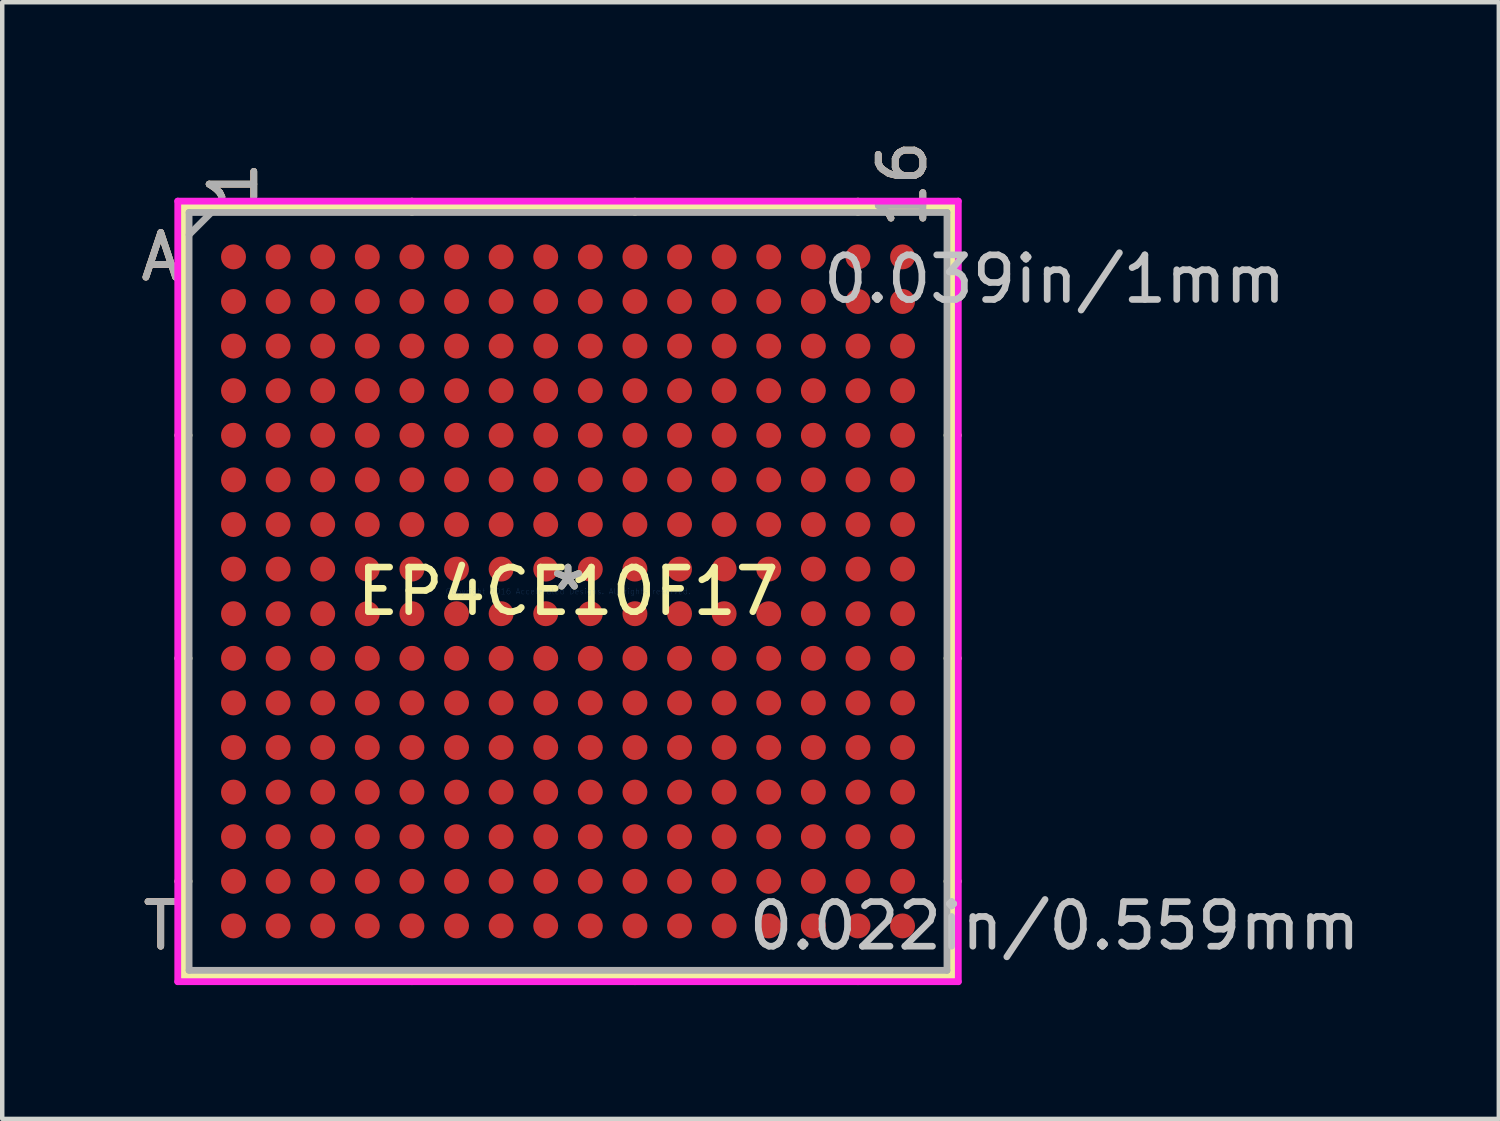
<source format=kicad_pcb>
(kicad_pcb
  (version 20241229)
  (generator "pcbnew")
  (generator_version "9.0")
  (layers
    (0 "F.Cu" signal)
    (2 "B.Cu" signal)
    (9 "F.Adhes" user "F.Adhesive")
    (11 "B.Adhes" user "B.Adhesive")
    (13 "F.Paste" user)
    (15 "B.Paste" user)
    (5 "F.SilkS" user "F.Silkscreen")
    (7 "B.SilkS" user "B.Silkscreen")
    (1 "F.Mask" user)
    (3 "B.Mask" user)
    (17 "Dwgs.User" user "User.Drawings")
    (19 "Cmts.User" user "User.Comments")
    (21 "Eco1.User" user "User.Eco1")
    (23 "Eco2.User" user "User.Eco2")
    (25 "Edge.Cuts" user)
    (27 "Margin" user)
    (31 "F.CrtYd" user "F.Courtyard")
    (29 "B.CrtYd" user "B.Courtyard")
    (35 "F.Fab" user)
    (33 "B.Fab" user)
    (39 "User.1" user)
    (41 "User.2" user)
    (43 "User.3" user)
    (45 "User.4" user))
  (footprint "EP4CE10F17"
    (layer "F.Cu")
    (at 9.685 10.209)
    (property "Reference" "EP4CE10F17" (at 0 0 0) (layer "F.SilkS") (effects (font (size 1 1) (thickness 0.15))))
    (attr through_hole)
    (fp_line (start -8.623 -8.623) (end -8.623 8.623) (stroke (width 0.152) (type solid)) (layer "F.SilkS"))
    (fp_line (start -8.623 8.623) (end 8.623 8.623) (stroke (width 0.152) (type solid)) (layer "F.SilkS"))
    (fp_line (start -8.496 -3.5) (end -8.75 -3.5) (stroke (width 0.152) (type solid)) (layer "F.SilkS"))
    (fp_line (start -8.496 1.5) (end -8.75 1.5) (stroke (width 0.152) (type solid)) (layer "F.SilkS"))
    (fp_line (start -8.496 6.5) (end -8.75 6.5) (stroke (width 0.152) (type solid)) (layer "F.SilkS"))
    (fp_line (start -3.5 -8.496) (end -3.5 -8.75) (stroke (width 0.152) (type solid)) (layer "F.SilkS"))
    (fp_line (start -3.5 8.496) (end -3.5 8.75) (stroke (width 0.152) (type solid)) (layer "F.SilkS"))
    (fp_line (start 1.5 -8.496) (end 1.5 -8.75) (stroke (width 0.152) (type solid)) (layer "F.SilkS"))
    (fp_line (start 1.5 8.496) (end 1.5 8.75) (stroke (width 0.152) (type solid)) (layer "F.SilkS"))
    (fp_line (start 6.5 -8.496) (end 6.5 -8.75) (stroke (width 0.152) (type solid)) (layer "F.SilkS"))
    (fp_line (start 6.5 8.496) (end 6.5 8.75) (stroke (width 0.152) (type solid)) (layer "F.SilkS"))
    (fp_line (start 8.496 -3.5) (end 8.75 -3.5) (stroke (width 0.152) (type solid)) (layer "F.SilkS"))
    (fp_line (start 8.496 1.5) (end 8.75 1.5) (stroke (width 0.152) (type solid)) (layer "F.SilkS"))
    (fp_line (start 8.496 6.5) (end 8.75 6.5) (stroke (width 0.152) (type solid)) (layer "F.SilkS"))
    (fp_line (start 8.623 -8.623) (end -8.623 -8.623) (stroke (width 0.152) (type solid)) (layer "F.SilkS"))
    (fp_line (start 8.623 8.623) (end 8.623 -8.623) (stroke (width 0.152) (type solid)) (layer "F.SilkS"))
    (fp_line (start -8.75 -8.75) (end 8.75 -8.75) (stroke (width 0.152) (type solid)) (layer "F.CrtYd"))
    (fp_line (start -8.75 8.75) (end -8.75 -8.75) (stroke (width 0.152) (type solid)) (layer "F.CrtYd"))
    (fp_line (start 8.75 -8.75) (end 8.75 8.75) (stroke (width 0.152) (type solid)) (layer "F.CrtYd"))
    (fp_line (start 8.75 8.75) (end -8.75 8.75) (stroke (width 0.152) (type solid)) (layer "F.CrtYd"))
    (fp_line (start -8.496 -8.496) (end -8.496 8.496) (stroke (width 0.152) (type solid)) (layer "F.Fab"))
    (fp_line (start -8.496 8.496) (end 8.496 8.496) (stroke (width 0.152) (type solid)) (layer "F.Fab"))
    (fp_line (start -7.996 -8.496) (end -8.496 -7.996) (stroke (width 0.152) (type solid)) (layer "F.Fab"))
    (fp_line (start 8.496 -8.496) (end -8.496 -8.496) (stroke (width 0.152) (type solid)) (layer "F.Fab"))
    (fp_line (start 8.496 8.496) (end 8.496 -8.496) (stroke (width 0.152) (type solid)) (layer "F.Fab"))
    (fp_text user "A" (at -9.131 -7.5 0) (layer "F.SilkS") (effects (font (size 1 1) (thickness 0.15))))
    (fp_text user "T" (at -9.131 7.5 0) (layer "F.SilkS") (effects (font (size 1 1) (thickness 0.15))))
    (fp_text user "16" (at 7.5 -9.131 90) (layer "F.SilkS") (effects (font (size 1 1) (thickness 0.15))))
    (fp_text user "*" (at 0 0 0) (layer "F.SilkS") (effects (font (size 1 1) (thickness 0.15))))
    (fp_text user "1" (at -7.5 -9.131 90) (layer "F.SilkS") (effects (font (size 1 1) (thickness 0.15))))
    (fp_text user "T" (at -9.131 7.5 0) (layer "B.SilkS") (effects (font (size 1 1) (thickness 0.15))))
    (fp_text user "1" (at -7.5 -9.131 90) (layer "B.SilkS") (effects (font (size 1 1) (thickness 0.15))))
    (fp_text user "16" (at 7.5 -9.131 90) (layer "B.SilkS") (effects (font (size 1 1) (thickness 0.15))))
    (fp_text user "A" (at -9.131 -7.5 0) (layer "B.SilkS") (effects (font (size 1 1) (thickness 0.15))))
    (fp_text user "0.022in/0.559mm" (at 10.909 7.5 0) (layer "Dwgs.User") (effects (font (size 1 1) (thickness 0.15))))
    (fp_text user "0.039in/1mm" (at 10.909 -7 0) (layer "Dwgs.User") (effects (font (size 1 1) (thickness 0.15))))
    (fp_text user "Copyright 2016 Accelerated Designs. All rights reserved." (at 0 0 0) (layer "Cmts.User") (effects (font (size 0.127 0.127) (thickness 0.002))))
    (fp_text user "16" (at 7.5 -9.131 90) (layer "F.Fab") (effects (font (size 1 1) (thickness 0.15))))
    (fp_text user "T" (at -9.131 7.5 0) (layer "F.Fab") (effects (font (size 1 1) (thickness 0.15))))
    (fp_text user "A" (at -9.131 -7.5 0) (layer "F.Fab") (effects (font (size 1 1) (thickness 0.15))))
    (fp_text user "1" (at -7.5 -9.131 90) (layer "F.Fab") (effects (font (size 1 1) (thickness 0.15))))
    (fp_text user "*" (at 0 0 0) (layer "F.Fab") (effects (font (size 1 1) (thickness 0.15))))
    (pad "A1" smd circle (at -7.5 -7.5) (size 0.559 0.559) (layers "F.Cu" "F.Mask" "F.Paste"))
    (pad "A2" smd circle (at -6.5 -7.5) (size 0.559 0.559) (layers "F.Cu" "F.Mask" "F.Paste"))
    (pad "A3" smd circle (at -5.5 -7.5) (size 0.559 0.559) (layers "F.Cu" "F.Mask" "F.Paste"))
    (pad "A4" smd circle (at -4.5 -7.5) (size 0.559 0.559) (layers "F.Cu" "F.Mask" "F.Paste"))
    (pad "A5" smd circle (at -3.5 -7.5) (size 0.559 0.559) (layers "F.Cu" "F.Mask" "F.Paste"))
    (pad "A6" smd circle (at -2.5 -7.5) (size 0.559 0.559) (layers "F.Cu" "F.Mask" "F.Paste"))
    (pad "A7" smd circle (at -1.5 -7.5) (size 0.559 0.559) (layers "F.Cu" "F.Mask" "F.Paste"))
    (pad "A8" smd circle (at -0.5 -7.5) (size 0.559 0.559) (layers "F.Cu" "F.Mask" "F.Paste"))
    (pad "A9" smd circle (at 0.5 -7.5) (size 0.559 0.559) (layers "F.Cu" "F.Mask" "F.Paste"))
    (pad "A10" smd circle (at 1.5 -7.5) (size 0.559 0.559) (layers "F.Cu" "F.Mask" "F.Paste"))
    (pad "A11" smd circle (at 2.5 -7.5) (size 0.559 0.559) (layers "F.Cu" "F.Mask" "F.Paste"))
    (pad "A12" smd circle (at 3.5 -7.5) (size 0.559 0.559) (layers "F.Cu" "F.Mask" "F.Paste"))
    (pad "A13" smd circle (at 4.5 -7.5) (size 0.559 0.559) (layers "F.Cu" "F.Mask" "F.Paste"))
    (pad "A14" smd circle (at 5.5 -7.5) (size 0.559 0.559) (layers "F.Cu" "F.Mask" "F.Paste"))
    (pad "A15" smd circle (at 6.5 -7.5) (size 0.559 0.559) (layers "F.Cu" "F.Mask" "F.Paste"))
    (pad "A16" smd circle (at 7.5 -7.5) (size 0.559 0.559) (layers "F.Cu" "F.Mask" "F.Paste"))
    (pad "B1" smd circle (at -7.5 -6.5) (size 0.559 0.559) (layers "F.Cu" "F.Mask" "F.Paste"))
    (pad "B2" smd circle (at -6.5 -6.5) (size 0.559 0.559) (layers "F.Cu" "F.Mask" "F.Paste"))
    (pad "B3" smd circle (at -5.5 -6.5) (size 0.559 0.559) (layers "F.Cu" "F.Mask" "F.Paste"))
    (pad "B4" smd circle (at -4.5 -6.5) (size 0.559 0.559) (layers "F.Cu" "F.Mask" "F.Paste"))
    (pad "B5" smd circle (at -3.5 -6.5) (size 0.559 0.559) (layers "F.Cu" "F.Mask" "F.Paste"))
    (pad "B6" smd circle (at -2.5 -6.5) (size 0.559 0.559) (layers "F.Cu" "F.Mask" "F.Paste"))
    (pad "B7" smd circle (at -1.5 -6.5) (size 0.559 0.559) (layers "F.Cu" "F.Mask" "F.Paste"))
    (pad "B8" smd circle (at -0.5 -6.5) (size 0.559 0.559) (layers "F.Cu" "F.Mask" "F.Paste"))
    (pad "B9" smd circle (at 0.5 -6.5) (size 0.559 0.559) (layers "F.Cu" "F.Mask" "F.Paste"))
    (pad "B10" smd circle (at 1.5 -6.5) (size 0.559 0.559) (layers "F.Cu" "F.Mask" "F.Paste"))
    (pad "B11" smd circle (at 2.5 -6.5) (size 0.559 0.559) (layers "F.Cu" "F.Mask" "F.Paste"))
    (pad "B12" smd circle (at 3.5 -6.5) (size 0.559 0.559) (layers "F.Cu" "F.Mask" "F.Paste"))
    (pad "B13" smd circle (at 4.5 -6.5) (size 0.559 0.559) (layers "F.Cu" "F.Mask" "F.Paste"))
    (pad "B14" smd circle (at 5.5 -6.5) (size 0.559 0.559) (layers "F.Cu" "F.Mask" "F.Paste"))
    (pad "B15" smd circle (at 6.5 -6.5) (size 0.559 0.559) (layers "F.Cu" "F.Mask" "F.Paste"))
    (pad "B16" smd circle (at 7.5 -6.5) (size 0.559 0.559) (layers "F.Cu" "F.Mask" "F.Paste"))
    (pad "C1" smd circle (at -7.5 -5.5) (size 0.559 0.559) (layers "F.Cu" "F.Mask" "F.Paste"))
    (pad "C2" smd circle (at -6.5 -5.5) (size 0.559 0.559) (layers "F.Cu" "F.Mask" "F.Paste"))
    (pad "C3" smd circle (at -5.5 -5.5) (size 0.559 0.559) (layers "F.Cu" "F.Mask" "F.Paste"))
    (pad "C4" smd circle (at -4.5 -5.5) (size 0.559 0.559) (layers "F.Cu" "F.Mask" "F.Paste"))
    (pad "C5" smd circle (at -3.5 -5.5) (size 0.559 0.559) (layers "F.Cu" "F.Mask" "F.Paste"))
    (pad "C6" smd circle (at -2.5 -5.5) (size 0.559 0.559) (layers "F.Cu" "F.Mask" "F.Paste"))
    (pad "C7" smd circle (at -1.5 -5.5) (size 0.559 0.559) (layers "F.Cu" "F.Mask" "F.Paste"))
    (pad "C8" smd circle (at -0.5 -5.5) (size 0.559 0.559) (layers "F.Cu" "F.Mask" "F.Paste"))
    (pad "C9" smd circle (at 0.5 -5.5) (size 0.559 0.559) (layers "F.Cu" "F.Mask" "F.Paste"))
    (pad "C10" smd circle (at 1.5 -5.5) (size 0.559 0.559) (layers "F.Cu" "F.Mask" "F.Paste"))
    (pad "C11" smd circle (at 2.5 -5.5) (size 0.559 0.559) (layers "F.Cu" "F.Mask" "F.Paste"))
    (pad "C12" smd circle (at 3.5 -5.5) (size 0.559 0.559) (layers "F.Cu" "F.Mask" "F.Paste"))
    (pad "C13" smd circle (at 4.5 -5.5) (size 0.559 0.559) (layers "F.Cu" "F.Mask" "F.Paste"))
    (pad "C14" smd circle (at 5.5 -5.5) (size 0.559 0.559) (layers "F.Cu" "F.Mask" "F.Paste"))
    (pad "C15" smd circle (at 6.5 -5.5) (size 0.559 0.559) (layers "F.Cu" "F.Mask" "F.Paste"))
    (pad "C16" smd circle (at 7.5 -5.5) (size 0.559 0.559) (layers "F.Cu" "F.Mask" "F.Paste"))
    (pad "D1" smd circle (at -7.5 -4.5) (size 0.559 0.559) (layers "F.Cu" "F.Mask" "F.Paste"))
    (pad "D2" smd circle (at -6.5 -4.5) (size 0.559 0.559) (layers "F.Cu" "F.Mask" "F.Paste"))
    (pad "D3" smd circle (at -5.5 -4.5) (size 0.559 0.559) (layers "F.Cu" "F.Mask" "F.Paste"))
    (pad "D4" smd circle (at -4.5 -4.5) (size 0.559 0.559) (layers "F.Cu" "F.Mask" "F.Paste"))
    (pad "D5" smd circle (at -3.5 -4.5) (size 0.559 0.559) (layers "F.Cu" "F.Mask" "F.Paste"))
    (pad "D6" smd circle (at -2.5 -4.5) (size 0.559 0.559) (layers "F.Cu" "F.Mask" "F.Paste"))
    (pad "D7" smd circle (at -1.5 -4.5) (size 0.559 0.559) (layers "F.Cu" "F.Mask" "F.Paste"))
    (pad "D8" smd circle (at -0.5 -4.5) (size 0.559 0.559) (layers "F.Cu" "F.Mask" "F.Paste"))
    (pad "D9" smd circle (at 0.5 -4.5) (size 0.559 0.559) (layers "F.Cu" "F.Mask" "F.Paste"))
    (pad "D10" smd circle (at 1.5 -4.5) (size 0.559 0.559) (layers "F.Cu" "F.Mask" "F.Paste"))
    (pad "D11" smd circle (at 2.5 -4.5) (size 0.559 0.559) (layers "F.Cu" "F.Mask" "F.Paste"))
    (pad "D12" smd circle (at 3.5 -4.5) (size 0.559 0.559) (layers "F.Cu" "F.Mask" "F.Paste"))
    (pad "D13" smd circle (at 4.5 -4.5) (size 0.559 0.559) (layers "F.Cu" "F.Mask" "F.Paste"))
    (pad "D14" smd circle (at 5.5 -4.5) (size 0.559 0.559) (layers "F.Cu" "F.Mask" "F.Paste"))
    (pad "D15" smd circle (at 6.5 -4.5) (size 0.559 0.559) (layers "F.Cu" "F.Mask" "F.Paste"))
    (pad "D16" smd circle (at 7.5 -4.5) (size 0.559 0.559) (layers "F.Cu" "F.Mask" "F.Paste"))
    (pad "E1" smd circle (at -7.5 -3.5) (size 0.559 0.559) (layers "F.Cu" "F.Mask" "F.Paste"))
    (pad "E2" smd circle (at -6.5 -3.5) (size 0.559 0.559) (layers "F.Cu" "F.Mask" "F.Paste"))
    (pad "E3" smd circle (at -5.5 -3.5) (size 0.559 0.559) (layers "F.Cu" "F.Mask" "F.Paste"))
    (pad "E4" smd circle (at -4.5 -3.5) (size 0.559 0.559) (layers "F.Cu" "F.Mask" "F.Paste"))
    (pad "E5" smd circle (at -3.5 -3.5) (size 0.559 0.559) (layers "F.Cu" "F.Mask" "F.Paste"))
    (pad "E6" smd circle (at -2.5 -3.5) (size 0.559 0.559) (layers "F.Cu" "F.Mask" "F.Paste"))
    (pad "E7" smd circle (at -1.5 -3.5) (size 0.559 0.559) (layers "F.Cu" "F.Mask" "F.Paste"))
    (pad "E8" smd circle (at -0.5 -3.5) (size 0.559 0.559) (layers "F.Cu" "F.Mask" "F.Paste"))
    (pad "E9" smd circle (at 0.5 -3.5) (size 0.559 0.559) (layers "F.Cu" "F.Mask" "F.Paste"))
    (pad "E10" smd circle (at 1.5 -3.5) (size 0.559 0.559) (layers "F.Cu" "F.Mask" "F.Paste"))
    (pad "E11" smd circle (at 2.5 -3.5) (size 0.559 0.559) (layers "F.Cu" "F.Mask" "F.Paste"))
    (pad "E12" smd circle (at 3.5 -3.5) (size 0.559 0.559) (layers "F.Cu" "F.Mask" "F.Paste"))
    (pad "E13" smd circle (at 4.5 -3.5) (size 0.559 0.559) (layers "F.Cu" "F.Mask" "F.Paste"))
    (pad "E14" smd circle (at 5.5 -3.5) (size 0.559 0.559) (layers "F.Cu" "F.Mask" "F.Paste"))
    (pad "E15" smd circle (at 6.5 -3.5) (size 0.559 0.559) (layers "F.Cu" "F.Mask" "F.Paste"))
    (pad "E16" smd circle (at 7.5 -3.5) (size 0.559 0.559) (layers "F.Cu" "F.Mask" "F.Paste"))
    (pad "F1" smd circle (at -7.5 -2.5) (size 0.559 0.559) (layers "F.Cu" "F.Mask" "F.Paste"))
    (pad "F2" smd circle (at -6.5 -2.5) (size 0.559 0.559) (layers "F.Cu" "F.Mask" "F.Paste"))
    (pad "F3" smd circle (at -5.5 -2.5) (size 0.559 0.559) (layers "F.Cu" "F.Mask" "F.Paste"))
    (pad "F4" smd circle (at -4.5 -2.5) (size 0.559 0.559) (layers "F.Cu" "F.Mask" "F.Paste"))
    (pad "F5" smd circle (at -3.5 -2.5) (size 0.559 0.559) (layers "F.Cu" "F.Mask" "F.Paste"))
    (pad "F6" smd circle (at -2.5 -2.5) (size 0.559 0.559) (layers "F.Cu" "F.Mask" "F.Paste"))
    (pad "F7" smd circle (at -1.5 -2.5) (size 0.559 0.559) (layers "F.Cu" "F.Mask" "F.Paste"))
    (pad "F8" smd circle (at -0.5 -2.5) (size 0.559 0.559) (layers "F.Cu" "F.Mask" "F.Paste"))
    (pad "F9" smd circle (at 0.5 -2.5) (size 0.559 0.559) (layers "F.Cu" "F.Mask" "F.Paste"))
    (pad "F10" smd circle (at 1.5 -2.5) (size 0.559 0.559) (layers "F.Cu" "F.Mask" "F.Paste"))
    (pad "F11" smd circle (at 2.5 -2.5) (size 0.559 0.559) (layers "F.Cu" "F.Mask" "F.Paste"))
    (pad "F12" smd circle (at 3.5 -2.5) (size 0.559 0.559) (layers "F.Cu" "F.Mask" "F.Paste"))
    (pad "F13" smd circle (at 4.5 -2.5) (size 0.559 0.559) (layers "F.Cu" "F.Mask" "F.Paste"))
    (pad "F14" smd circle (at 5.5 -2.5) (size 0.559 0.559) (layers "F.Cu" "F.Mask" "F.Paste"))
    (pad "F15" smd circle (at 6.5 -2.5) (size 0.559 0.559) (layers "F.Cu" "F.Mask" "F.Paste"))
    (pad "F16" smd circle (at 7.5 -2.5) (size 0.559 0.559) (layers "F.Cu" "F.Mask" "F.Paste"))
    (pad "G1" smd circle (at -7.5 -1.5) (size 0.559 0.559) (layers "F.Cu" "F.Mask" "F.Paste"))
    (pad "G2" smd circle (at -6.5 -1.5) (size 0.559 0.559) (layers "F.Cu" "F.Mask" "F.Paste"))
    (pad "G3" smd circle (at -5.5 -1.5) (size 0.559 0.559) (layers "F.Cu" "F.Mask" "F.Paste"))
    (pad "G4" smd circle (at -4.5 -1.5) (size 0.559 0.559) (layers "F.Cu" "F.Mask" "F.Paste"))
    (pad "G5" smd circle (at -3.5 -1.5) (size 0.559 0.559) (layers "F.Cu" "F.Mask" "F.Paste"))
    (pad "G6" smd circle (at -2.5 -1.5) (size 0.559 0.559) (layers "F.Cu" "F.Mask" "F.Paste"))
    (pad "G7" smd circle (at -1.5 -1.5) (size 0.559 0.559) (layers "F.Cu" "F.Mask" "F.Paste"))
    (pad "G8" smd circle (at -0.5 -1.5) (size 0.559 0.559) (layers "F.Cu" "F.Mask" "F.Paste"))
    (pad "G9" smd circle (at 0.5 -1.5) (size 0.559 0.559) (layers "F.Cu" "F.Mask" "F.Paste"))
    (pad "G10" smd circle (at 1.5 -1.5) (size 0.559 0.559) (layers "F.Cu" "F.Mask" "F.Paste"))
    (pad "G11" smd circle (at 2.5 -1.5) (size 0.559 0.559) (layers "F.Cu" "F.Mask" "F.Paste"))
    (pad "G12" smd circle (at 3.5 -1.5) (size 0.559 0.559) (layers "F.Cu" "F.Mask" "F.Paste"))
    (pad "G13" smd circle (at 4.5 -1.5) (size 0.559 0.559) (layers "F.Cu" "F.Mask" "F.Paste"))
    (pad "G14" smd circle (at 5.5 -1.5) (size 0.559 0.559) (layers "F.Cu" "F.Mask" "F.Paste"))
    (pad "G15" smd circle (at 6.5 -1.5) (size 0.559 0.559) (layers "F.Cu" "F.Mask" "F.Paste"))
    (pad "G16" smd circle (at 7.5 -1.5) (size 0.559 0.559) (layers "F.Cu" "F.Mask" "F.Paste"))
    (pad "H1" smd circle (at -7.5 -0.5) (size 0.559 0.559) (layers "F.Cu" "F.Mask" "F.Paste"))
    (pad "H2" smd circle (at -6.5 -0.5) (size 0.559 0.559) (layers "F.Cu" "F.Mask" "F.Paste"))
    (pad "H3" smd circle (at -5.5 -0.5) (size 0.559 0.559) (layers "F.Cu" "F.Mask" "F.Paste"))
    (pad "H4" smd circle (at -4.5 -0.5) (size 0.559 0.559) (layers "F.Cu" "F.Mask" "F.Paste"))
    (pad "H5" smd circle (at -3.5 -0.5) (size 0.559 0.559) (layers "F.Cu" "F.Mask" "F.Paste"))
    (pad "H6" smd circle (at -2.5 -0.5) (size 0.559 0.559) (layers "F.Cu" "F.Mask" "F.Paste"))
    (pad "H7" smd circle (at -1.5 -0.5) (size 0.559 0.559) (layers "F.Cu" "F.Mask" "F.Paste"))
    (pad "H8" smd circle (at -0.5 -0.5) (size 0.559 0.559) (layers "F.Cu" "F.Mask" "F.Paste"))
    (pad "H9" smd circle (at 0.5 -0.5) (size 0.559 0.559) (layers "F.Cu" "F.Mask" "F.Paste"))
    (pad "H10" smd circle (at 1.5 -0.5) (size 0.559 0.559) (layers "F.Cu" "F.Mask" "F.Paste"))
    (pad "H11" smd circle (at 2.5 -0.5) (size 0.559 0.559) (layers "F.Cu" "F.Mask" "F.Paste"))
    (pad "H12" smd circle (at 3.5 -0.5) (size 0.559 0.559) (layers "F.Cu" "F.Mask" "F.Paste"))
    (pad "H13" smd circle (at 4.5 -0.5) (size 0.559 0.559) (layers "F.Cu" "F.Mask" "F.Paste"))
    (pad "H14" smd circle (at 5.5 -0.5) (size 0.559 0.559) (layers "F.Cu" "F.Mask" "F.Paste"))
    (pad "H15" smd circle (at 6.5 -0.5) (size 0.559 0.559) (layers "F.Cu" "F.Mask" "F.Paste"))
    (pad "H16" smd circle (at 7.5 -0.5) (size 0.559 0.559) (layers "F.Cu" "F.Mask" "F.Paste"))
    (pad "J1" smd circle (at -7.5 0.5) (size 0.559 0.559) (layers "F.Cu" "F.Mask" "F.Paste"))
    (pad "J2" smd circle (at -6.5 0.5) (size 0.559 0.559) (layers "F.Cu" "F.Mask" "F.Paste"))
    (pad "J3" smd circle (at -5.5 0.5) (size 0.559 0.559) (layers "F.Cu" "F.Mask" "F.Paste"))
    (pad "J4" smd circle (at -4.5 0.5) (size 0.559 0.559) (layers "F.Cu" "F.Mask" "F.Paste"))
    (pad "J5" smd circle (at -3.5 0.5) (size 0.559 0.559) (layers "F.Cu" "F.Mask" "F.Paste"))
    (pad "J6" smd circle (at -2.5 0.5) (size 0.559 0.559) (layers "F.Cu" "F.Mask" "F.Paste"))
    (pad "J7" smd circle (at -1.5 0.5) (size 0.559 0.559) (layers "F.Cu" "F.Mask" "F.Paste"))
    (pad "J8" smd circle (at -0.5 0.5) (size 0.559 0.559) (layers "F.Cu" "F.Mask" "F.Paste"))
    (pad "J9" smd circle (at 0.5 0.5) (size 0.559 0.559) (layers "F.Cu" "F.Mask" "F.Paste"))
    (pad "J10" smd circle (at 1.5 0.5) (size 0.559 0.559) (layers "F.Cu" "F.Mask" "F.Paste"))
    (pad "J11" smd circle (at 2.5 0.5) (size 0.559 0.559) (layers "F.Cu" "F.Mask" "F.Paste"))
    (pad "J12" smd circle (at 3.5 0.5) (size 0.559 0.559) (layers "F.Cu" "F.Mask" "F.Paste"))
    (pad "J13" smd circle (at 4.5 0.5) (size 0.559 0.559) (layers "F.Cu" "F.Mask" "F.Paste"))
    (pad "J14" smd circle (at 5.5 0.5) (size 0.559 0.559) (layers "F.Cu" "F.Mask" "F.Paste"))
    (pad "J15" smd circle (at 6.5 0.5) (size 0.559 0.559) (layers "F.Cu" "F.Mask" "F.Paste"))
    (pad "J16" smd circle (at 7.5 0.5) (size 0.559 0.559) (layers "F.Cu" "F.Mask" "F.Paste"))
    (pad "K1" smd circle (at -7.5 1.5) (size 0.559 0.559) (layers "F.Cu" "F.Mask" "F.Paste"))
    (pad "K2" smd circle (at -6.5 1.5) (size 0.559 0.559) (layers "F.Cu" "F.Mask" "F.Paste"))
    (pad "K3" smd circle (at -5.5 1.5) (size 0.559 0.559) (layers "F.Cu" "F.Mask" "F.Paste"))
    (pad "K4" smd circle (at -4.5 1.5) (size 0.559 0.559) (layers "F.Cu" "F.Mask" "F.Paste"))
    (pad "K5" smd circle (at -3.5 1.5) (size 0.559 0.559) (layers "F.Cu" "F.Mask" "F.Paste"))
    (pad "K6" smd circle (at -2.5 1.5) (size 0.559 0.559) (layers "F.Cu" "F.Mask" "F.Paste"))
    (pad "K7" smd circle (at -1.5 1.5) (size 0.559 0.559) (layers "F.Cu" "F.Mask" "F.Paste"))
    (pad "K8" smd circle (at -0.5 1.5) (size 0.559 0.559) (layers "F.Cu" "F.Mask" "F.Paste"))
    (pad "K9" smd circle (at 0.5 1.5) (size 0.559 0.559) (layers "F.Cu" "F.Mask" "F.Paste"))
    (pad "K10" smd circle (at 1.5 1.5) (size 0.559 0.559) (layers "F.Cu" "F.Mask" "F.Paste"))
    (pad "K11" smd circle (at 2.5 1.5) (size 0.559 0.559) (layers "F.Cu" "F.Mask" "F.Paste"))
    (pad "K12" smd circle (at 3.5 1.5) (size 0.559 0.559) (layers "F.Cu" "F.Mask" "F.Paste"))
    (pad "K13" smd circle (at 4.5 1.5) (size 0.559 0.559) (layers "F.Cu" "F.Mask" "F.Paste"))
    (pad "K14" smd circle (at 5.5 1.5) (size 0.559 0.559) (layers "F.Cu" "F.Mask" "F.Paste"))
    (pad "K15" smd circle (at 6.5 1.5) (size 0.559 0.559) (layers "F.Cu" "F.Mask" "F.Paste"))
    (pad "K16" smd circle (at 7.5 1.5) (size 0.559 0.559) (layers "F.Cu" "F.Mask" "F.Paste"))
    (pad "L1" smd circle (at -7.5 2.5) (size 0.559 0.559) (layers "F.Cu" "F.Mask" "F.Paste"))
    (pad "L2" smd circle (at -6.5 2.5) (size 0.559 0.559) (layers "F.Cu" "F.Mask" "F.Paste"))
    (pad "L3" smd circle (at -5.5 2.5) (size 0.559 0.559) (layers "F.Cu" "F.Mask" "F.Paste"))
    (pad "L4" smd circle (at -4.5 2.5) (size 0.559 0.559) (layers "F.Cu" "F.Mask" "F.Paste"))
    (pad "L5" smd circle (at -3.5 2.5) (size 0.559 0.559) (layers "F.Cu" "F.Mask" "F.Paste"))
    (pad "L6" smd circle (at -2.5 2.5) (size 0.559 0.559) (layers "F.Cu" "F.Mask" "F.Paste"))
    (pad "L7" smd circle (at -1.5 2.5) (size 0.559 0.559) (layers "F.Cu" "F.Mask" "F.Paste"))
    (pad "L8" smd circle (at -0.5 2.5) (size 0.559 0.559) (layers "F.Cu" "F.Mask" "F.Paste"))
    (pad "L9" smd circle (at 0.5 2.5) (size 0.559 0.559) (layers "F.Cu" "F.Mask" "F.Paste"))
    (pad "L10" smd circle (at 1.5 2.5) (size 0.559 0.559) (layers "F.Cu" "F.Mask" "F.Paste"))
    (pad "L11" smd circle (at 2.5 2.5) (size 0.559 0.559) (layers "F.Cu" "F.Mask" "F.Paste"))
    (pad "L12" smd circle (at 3.5 2.5) (size 0.559 0.559) (layers "F.Cu" "F.Mask" "F.Paste"))
    (pad "L13" smd circle (at 4.5 2.5) (size 0.559 0.559) (layers "F.Cu" "F.Mask" "F.Paste"))
    (pad "L14" smd circle (at 5.5 2.5) (size 0.559 0.559) (layers "F.Cu" "F.Mask" "F.Paste"))
    (pad "L15" smd circle (at 6.5 2.5) (size 0.559 0.559) (layers "F.Cu" "F.Mask" "F.Paste"))
    (pad "L16" smd circle (at 7.5 2.5) (size 0.559 0.559) (layers "F.Cu" "F.Mask" "F.Paste"))
    (pad "M1" smd circle (at -7.5 3.5) (size 0.559 0.559) (layers "F.Cu" "F.Mask" "F.Paste"))
    (pad "M2" smd circle (at -6.5 3.5) (size 0.559 0.559) (layers "F.Cu" "F.Mask" "F.Paste"))
    (pad "M3" smd circle (at -5.5 3.5) (size 0.559 0.559) (layers "F.Cu" "F.Mask" "F.Paste"))
    (pad "M4" smd circle (at -4.5 3.5) (size 0.559 0.559) (layers "F.Cu" "F.Mask" "F.Paste"))
    (pad "M5" smd circle (at -3.5 3.5) (size 0.559 0.559) (layers "F.Cu" "F.Mask" "F.Paste"))
    (pad "M6" smd circle (at -2.5 3.5) (size 0.559 0.559) (layers "F.Cu" "F.Mask" "F.Paste"))
    (pad "M7" smd circle (at -1.5 3.5) (size 0.559 0.559) (layers "F.Cu" "F.Mask" "F.Paste"))
    (pad "M8" smd circle (at -0.5 3.5) (size 0.559 0.559) (layers "F.Cu" "F.Mask" "F.Paste"))
    (pad "M9" smd circle (at 0.5 3.5) (size 0.559 0.559) (layers "F.Cu" "F.Mask" "F.Paste"))
    (pad "M10" smd circle (at 1.5 3.5) (size 0.559 0.559) (layers "F.Cu" "F.Mask" "F.Paste"))
    (pad "M11" smd circle (at 2.5 3.5) (size 0.559 0.559) (layers "F.Cu" "F.Mask" "F.Paste"))
    (pad "M12" smd circle (at 3.5 3.5) (size 0.559 0.559) (layers "F.Cu" "F.Mask" "F.Paste"))
    (pad "M13" smd circle (at 4.5 3.5) (size 0.559 0.559) (layers "F.Cu" "F.Mask" "F.Paste"))
    (pad "M14" smd circle (at 5.5 3.5) (size 0.559 0.559) (layers "F.Cu" "F.Mask" "F.Paste"))
    (pad "M15" smd circle (at 6.5 3.5) (size 0.559 0.559) (layers "F.Cu" "F.Mask" "F.Paste"))
    (pad "M16" smd circle (at 7.5 3.5) (size 0.559 0.559) (layers "F.Cu" "F.Mask" "F.Paste"))
    (pad "N1" smd circle (at -7.5 4.5) (size 0.559 0.559) (layers "F.Cu" "F.Mask" "F.Paste"))
    (pad "N2" smd circle (at -6.5 4.5) (size 0.559 0.559) (layers "F.Cu" "F.Mask" "F.Paste"))
    (pad "N3" smd circle (at -5.5 4.5) (size 0.559 0.559) (layers "F.Cu" "F.Mask" "F.Paste"))
    (pad "N4" smd circle (at -4.5 4.5) (size 0.559 0.559) (layers "F.Cu" "F.Mask" "F.Paste"))
    (pad "N5" smd circle (at -3.5 4.5) (size 0.559 0.559) (layers "F.Cu" "F.Mask" "F.Paste"))
    (pad "N6" smd circle (at -2.5 4.5) (size 0.559 0.559) (layers "F.Cu" "F.Mask" "F.Paste"))
    (pad "N7" smd circle (at -1.5 4.5) (size 0.559 0.559) (layers "F.Cu" "F.Mask" "F.Paste"))
    (pad "N8" smd circle (at -0.5 4.5) (size 0.559 0.559) (layers "F.Cu" "F.Mask" "F.Paste"))
    (pad "N9" smd circle (at 0.5 4.5) (size 0.559 0.559) (layers "F.Cu" "F.Mask" "F.Paste"))
    (pad "N10" smd circle (at 1.5 4.5) (size 0.559 0.559) (layers "F.Cu" "F.Mask" "F.Paste"))
    (pad "N11" smd circle (at 2.5 4.5) (size 0.559 0.559) (layers "F.Cu" "F.Mask" "F.Paste"))
    (pad "N12" smd circle (at 3.5 4.5) (size 0.559 0.559) (layers "F.Cu" "F.Mask" "F.Paste"))
    (pad "N13" smd circle (at 4.5 4.5) (size 0.559 0.559) (layers "F.Cu" "F.Mask" "F.Paste"))
    (pad "N14" smd circle (at 5.5 4.5) (size 0.559 0.559) (layers "F.Cu" "F.Mask" "F.Paste"))
    (pad "N15" smd circle (at 6.5 4.5) (size 0.559 0.559) (layers "F.Cu" "F.Mask" "F.Paste"))
    (pad "N16" smd circle (at 7.5 4.5) (size 0.559 0.559) (layers "F.Cu" "F.Mask" "F.Paste"))
    (pad "P1" smd circle (at -7.5 5.5) (size 0.559 0.559) (layers "F.Cu" "F.Mask" "F.Paste"))
    (pad "P2" smd circle (at -6.5 5.5) (size 0.559 0.559) (layers "F.Cu" "F.Mask" "F.Paste"))
    (pad "P3" smd circle (at -5.5 5.5) (size 0.559 0.559) (layers "F.Cu" "F.Mask" "F.Paste"))
    (pad "P4" smd circle (at -4.5 5.5) (size 0.559 0.559) (layers "F.Cu" "F.Mask" "F.Paste"))
    (pad "P5" smd circle (at -3.5 5.5) (size 0.559 0.559) (layers "F.Cu" "F.Mask" "F.Paste"))
    (pad "P6" smd circle (at -2.5 5.5) (size 0.559 0.559) (layers "F.Cu" "F.Mask" "F.Paste"))
    (pad "P7" smd circle (at -1.5 5.5) (size 0.559 0.559) (layers "F.Cu" "F.Mask" "F.Paste"))
    (pad "P8" smd circle (at -0.5 5.5) (size 0.559 0.559) (layers "F.Cu" "F.Mask" "F.Paste"))
    (pad "P9" smd circle (at 0.5 5.5) (size 0.559 0.559) (layers "F.Cu" "F.Mask" "F.Paste"))
    (pad "P10" smd circle (at 1.5 5.5) (size 0.559 0.559) (layers "F.Cu" "F.Mask" "F.Paste"))
    (pad "P11" smd circle (at 2.5 5.5) (size 0.559 0.559) (layers "F.Cu" "F.Mask" "F.Paste"))
    (pad "P12" smd circle (at 3.5 5.5) (size 0.559 0.559) (layers "F.Cu" "F.Mask" "F.Paste"))
    (pad "P13" smd circle (at 4.5 5.5) (size 0.559 0.559) (layers "F.Cu" "F.Mask" "F.Paste"))
    (pad "P14" smd circle (at 5.5 5.5) (size 0.559 0.559) (layers "F.Cu" "F.Mask" "F.Paste"))
    (pad "P15" smd circle (at 6.5 5.5) (size 0.559 0.559) (layers "F.Cu" "F.Mask" "F.Paste"))
    (pad "P16" smd circle (at 7.5 5.5) (size 0.559 0.559) (layers "F.Cu" "F.Mask" "F.Paste"))
    (pad "R1" smd circle (at -7.5 6.5) (size 0.559 0.559) (layers "F.Cu" "F.Mask" "F.Paste"))
    (pad "R2" smd circle (at -6.5 6.5) (size 0.559 0.559) (layers "F.Cu" "F.Mask" "F.Paste"))
    (pad "R3" smd circle (at -5.5 6.5) (size 0.559 0.559) (layers "F.Cu" "F.Mask" "F.Paste"))
    (pad "R4" smd circle (at -4.5 6.5) (size 0.559 0.559) (layers "F.Cu" "F.Mask" "F.Paste"))
    (pad "R5" smd circle (at -3.5 6.5) (size 0.559 0.559) (layers "F.Cu" "F.Mask" "F.Paste"))
    (pad "R6" smd circle (at -2.5 6.5) (size 0.559 0.559) (layers "F.Cu" "F.Mask" "F.Paste"))
    (pad "R7" smd circle (at -1.5 6.5) (size 0.559 0.559) (layers "F.Cu" "F.Mask" "F.Paste"))
    (pad "R8" smd circle (at -0.5 6.5) (size 0.559 0.559) (layers "F.Cu" "F.Mask" "F.Paste"))
    (pad "R9" smd circle (at 0.5 6.5) (size 0.559 0.559) (layers "F.Cu" "F.Mask" "F.Paste"))
    (pad "R10" smd circle (at 1.5 6.5) (size 0.559 0.559) (layers "F.Cu" "F.Mask" "F.Paste"))
    (pad "R11" smd circle (at 2.5 6.5) (size 0.559 0.559) (layers "F.Cu" "F.Mask" "F.Paste"))
    (pad "R12" smd circle (at 3.5 6.5) (size 0.559 0.559) (layers "F.Cu" "F.Mask" "F.Paste"))
    (pad "R13" smd circle (at 4.5 6.5) (size 0.559 0.559) (layers "F.Cu" "F.Mask" "F.Paste"))
    (pad "R14" smd circle (at 5.5 6.5) (size 0.559 0.559) (layers "F.Cu" "F.Mask" "F.Paste"))
    (pad "R15" smd circle (at 6.5 6.5) (size 0.559 0.559) (layers "F.Cu" "F.Mask" "F.Paste"))
    (pad "R16" smd circle (at 7.5 6.5) (size 0.559 0.559) (layers "F.Cu" "F.Mask" "F.Paste"))
    (pad "T1" smd circle (at -7.5 7.5) (size 0.559 0.559) (layers "F.Cu" "F.Mask" "F.Paste"))
    (pad "T2" smd circle (at -6.5 7.5) (size 0.559 0.559) (layers "F.Cu" "F.Mask" "F.Paste"))
    (pad "T3" smd circle (at -5.5 7.5) (size 0.559 0.559) (layers "F.Cu" "F.Mask" "F.Paste"))
    (pad "T4" smd circle (at -4.5 7.5) (size 0.559 0.559) (layers "F.Cu" "F.Mask" "F.Paste"))
    (pad "T5" smd circle (at -3.5 7.5) (size 0.559 0.559) (layers "F.Cu" "F.Mask" "F.Paste"))
    (pad "T6" smd circle (at -2.5 7.5) (size 0.559 0.559) (layers "F.Cu" "F.Mask" "F.Paste"))
    (pad "T7" smd circle (at -1.5 7.5) (size 0.559 0.559) (layers "F.Cu" "F.Mask" "F.Paste"))
    (pad "T8" smd circle (at -0.5 7.5) (size 0.559 0.559) (layers "F.Cu" "F.Mask" "F.Paste"))
    (pad "T9" smd circle (at 0.5 7.5) (size 0.559 0.559) (layers "F.Cu" "F.Mask" "F.Paste"))
    (pad "T10" smd circle (at 1.5 7.5) (size 0.559 0.559) (layers "F.Cu" "F.Mask" "F.Paste"))
    (pad "T11" smd circle (at 2.5 7.5) (size 0.559 0.559) (layers "F.Cu" "F.Mask" "F.Paste"))
    (pad "T12" smd circle (at 3.5 7.5) (size 0.559 0.559) (layers "F.Cu" "F.Mask" "F.Paste"))
    (pad "T13" smd circle (at 4.5 7.5) (size 0.559 0.559) (layers "F.Cu" "F.Mask" "F.Paste"))
    (pad "T14" smd circle (at 5.5 7.5) (size 0.559 0.559) (layers "F.Cu" "F.Mask" "F.Paste"))
    (pad "T15" smd circle (at 6.5 7.5) (size 0.559 0.559) (layers "F.Cu" "F.Mask" "F.Paste"))
    (pad "T16" smd circle (at 7.5 7.5) (size 0.559 0.559) (layers "F.Cu" "F.Mask" "F.Paste")))
  (gr_rect
    (start -3 -3)
    (end 30.553 22.035)
    (stroke (width 0.1) (type default))
    (fill no)
    (layer "Edge.Cuts")))
</source>
